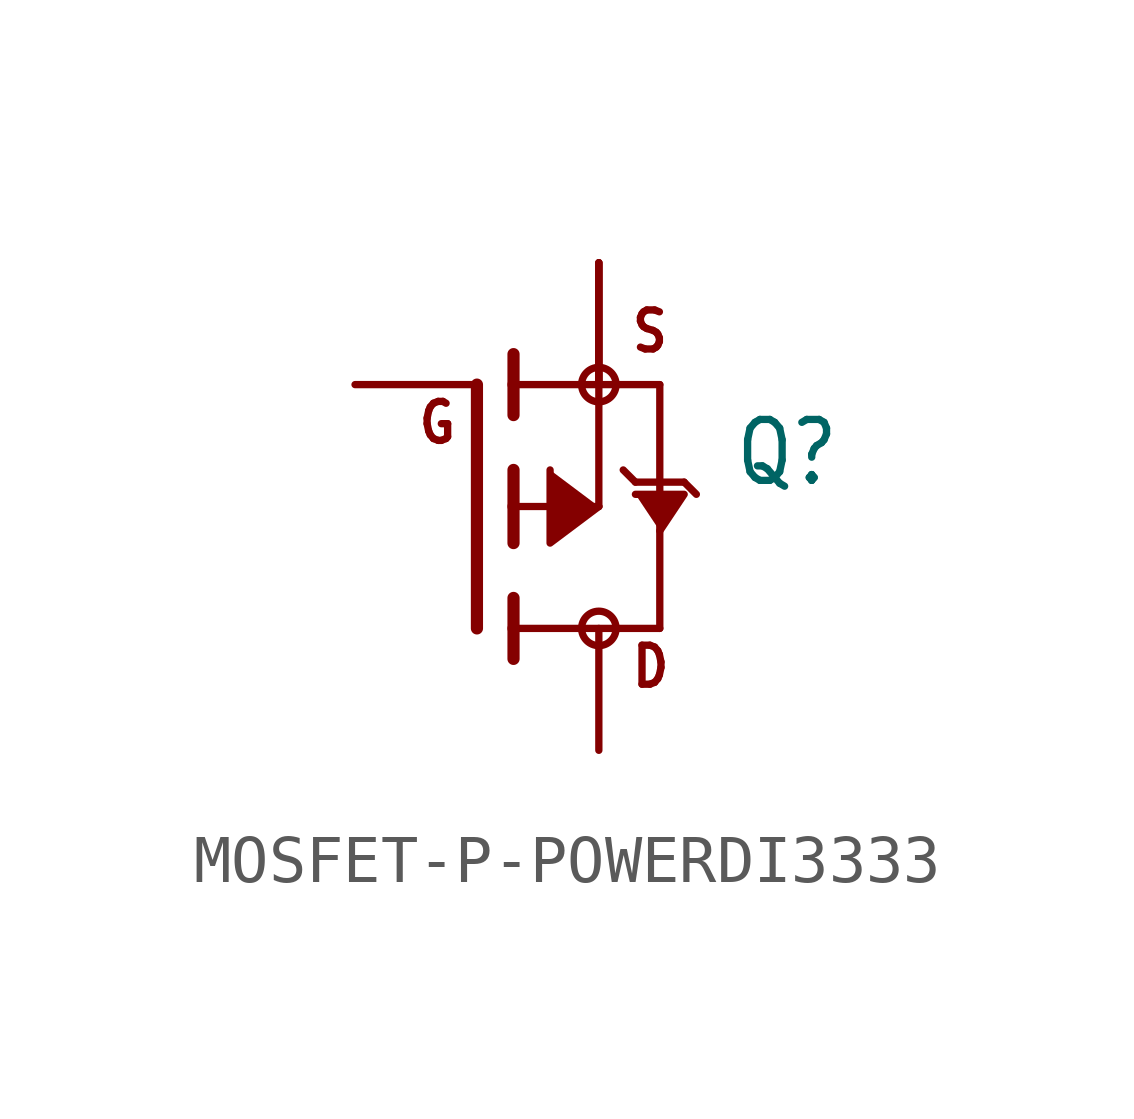
<source format=kicad_sym>
(kicad_symbol_lib
  (version 20241209)
  (generator "kicad_symbol_editor")
  (generator_version "9.0")
  (symbol "MOSFET-P-POWERDI3333"
    (property "Reference" "Q"
      (at 2.794 0.381 0)
      (effects (font (size 1.27 1.079)) (justify left bottom)))
    (property "Value" ""
      (at 2.794 -1.905 0)
      (effects (font (size 1.27 1.079)) (justify left bottom)))
    (property "ki_locked" ""
      (at 0 0 0)
      (effects (font (size 1.27 1.27))))
    (symbol "MOSFET-P-POWERDI3333_1_0"
      (polyline (pts (xy -2.54 -2.54) (xy -2.54 2.54)) (stroke (width 0.254) (type solid)) (fill (type none)))
      (polyline (pts (xy -1.778 2.54) (xy -1.778 3.175)) (stroke (width 0.254) (type solid)) (fill (type none)))
      (polyline (pts (xy -1.778 1.905) (xy -1.778 2.54)) (stroke (width 0.254) (type solid)) (fill (type none)))
      (polyline (pts (xy -1.778 0) (xy -1.778 0.762)) (stroke (width 0.254) (type solid)) (fill (type none)))
      (polyline (pts (xy -1.778 0) (xy 0 0)) (stroke (width 0.152) (type solid)) (fill (type none)))
      (polyline (pts (xy -1.778 -0.762) (xy -1.778 0)) (stroke (width 0.254) (type solid)) (fill (type none)))
      (polyline (pts (xy -1.778 -2.54) (xy -1.778 -1.905)) (stroke (width 0.254) (type solid)) (fill (type none)))
      (polyline (pts (xy -1.778 -2.54) (xy 1.27 -2.54)) (stroke (width 0.152) (type solid)) (fill (type none)))
      (polyline (pts (xy -1.778 -3.175) (xy -1.778 -2.54)) (stroke (width 0.254) (type solid)) (fill (type none)))
      (circle (center 0 2.54) (radius 0.359) (stroke (width 0) (type solid)) (fill (type none)))
      (polyline (pts (xy 0 2.54) (xy -1.778 2.54)) (stroke (width 0.152) (type solid)) (fill (type none)))
      (polyline (pts (xy 0 2.54) (xy 1.27 2.54)) (stroke (width 0.152) (type solid)) (fill (type none)))
      (polyline (pts (xy 0 0) (xy 0 2.54)) (stroke (width 0.152) (type solid)) (fill (type none)))
      (polyline (pts (xy 0 0) (xy -1.016 -0.762) (xy -1.016 0.762)) (stroke (width 0.152) (type solid)) (fill (type outline)))
      (circle (center 0 -2.54) (radius 0.359) (stroke (width 0) (type solid)) (fill (type none)))
      (polyline (pts (xy 0.508 0.762) (xy 0.762 0.508)) (stroke (width 0.152) (type solid)) (fill (type none)))
      (polyline (pts (xy 0.762 0.508) (xy 1.27 0.508)) (stroke (width 0.152) (type solid)) (fill (type none)))
      (polyline (pts (xy 1.27 0.508) (xy 1.27 2.54)) (stroke (width 0.152) (type solid)) (fill (type none)))
      (polyline (pts (xy 1.27 0.508) (xy 1.778 0.508)) (stroke (width 0.152) (type solid)) (fill (type none)))
      (polyline (pts (xy 1.27 -0.508) (xy 1.778 0.254) (xy 0.762 0.254)) (stroke (width 0.152) (type solid)) (fill (type outline)))
      (polyline (pts (xy 1.27 -2.54) (xy 1.27 0.508)) (stroke (width 0.152) (type solid)) (fill (type none)))
      (polyline (pts (xy 1.778 0.508) (xy 2.032 0.254)) (stroke (width 0.152) (type solid)) (fill (type none)))
      (text "G" (at -3.81 1.27 0) (effects (font (size 0.813 0.691)) (justify left bottom)))
      (text "S" (at 0.635 3.175 0) (effects (font (size 0.813 0.691)) (justify left bottom)))
      (text "D" (at 0.635 -3.81 0) (effects (font (size 0.813 0.691)) (justify left bottom)))
      (pin passive line (at -5.08 2.54 0) (length 2.54) (name "G" (effects (font (size 0 0)))) (number "4" (effects (font (size 0 0)))))
      (pin passive line (at 0 5.08 270) (length 2.54) (name "S" (effects (font (size 0 0)))) (number "1" (effects (font (size 0 0)))))
      (pin passive line (at 0 5.08 270) (length 2.54) (name "S" (effects (font (size 0 0)))) (number "2" (effects (font (size 0 0)))))
      (pin passive line (at 0 5.08 270) (length 2.54) (name "S" (effects (font (size 0 0)))) (number "3" (effects (font (size 0 0)))))
      (pin passive line (at 0 -5.08 90) (length 2.54) (name "D" (effects (font (size 0 0)))) (number "5678" (effects (font (size 0 0))))))))
</source>
